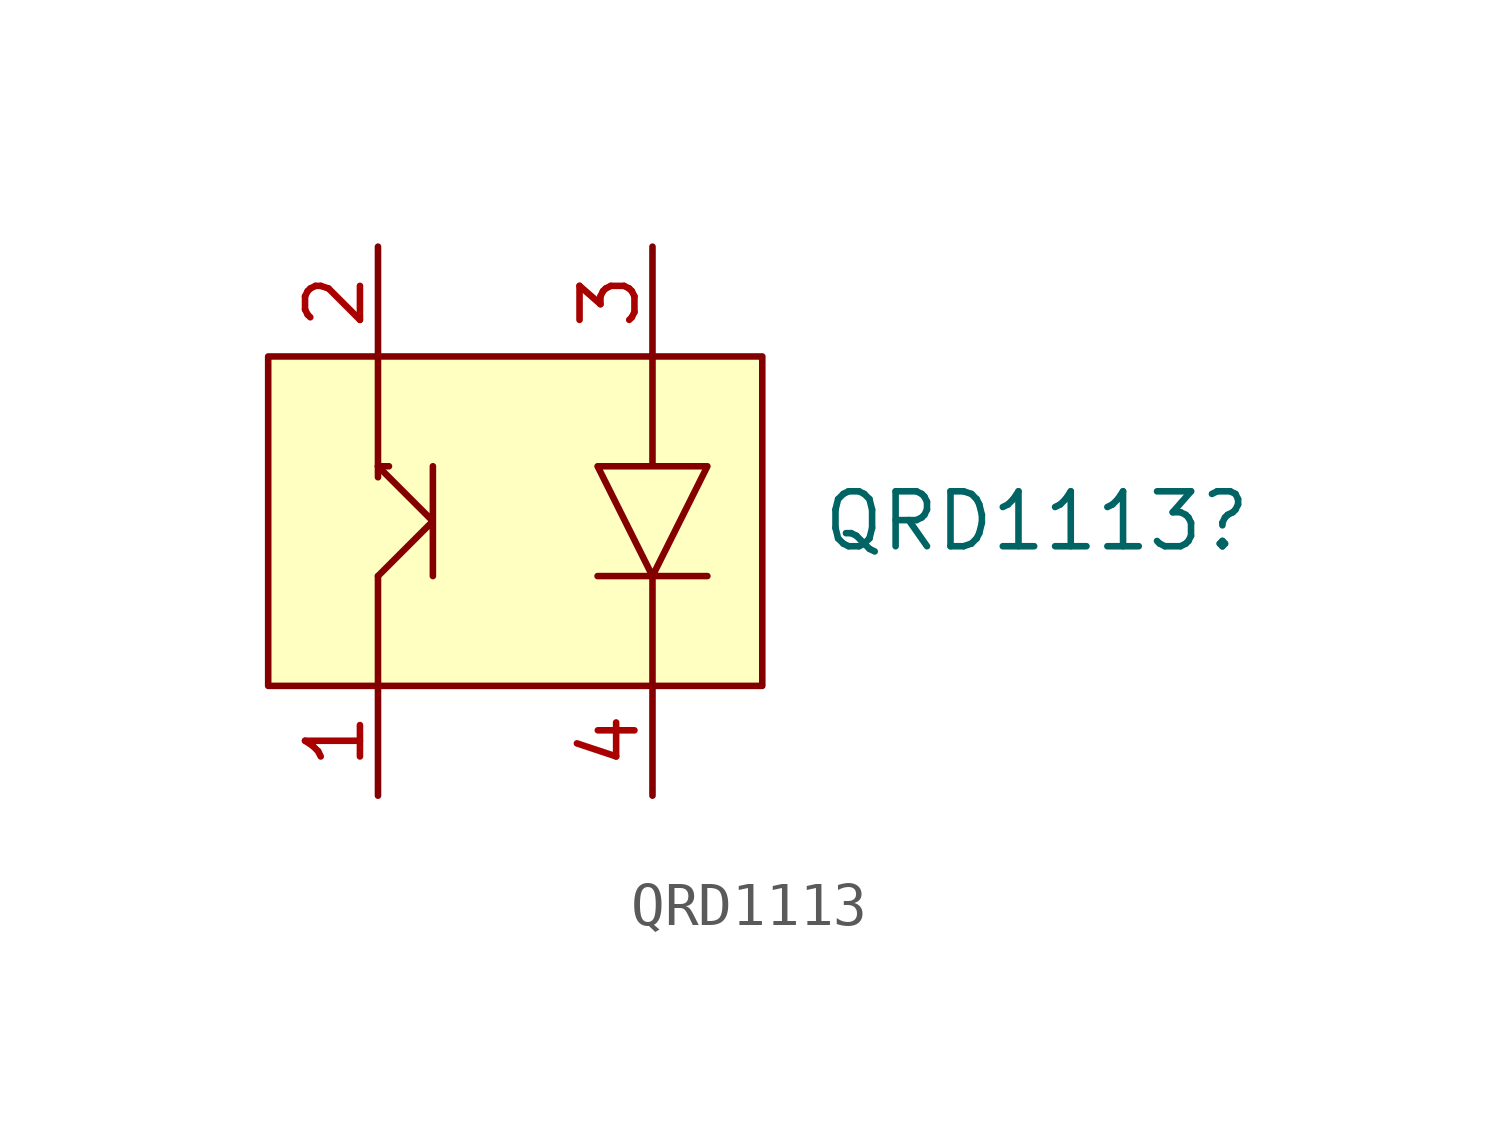
<source format=kicad_sym>
(kicad_symbol_lib
  (version 20231120)
  (generator "kicad_symbol_editor")
  (generator_version "8.0")
  (symbol "QRD1113"
    (property "Reference" "QRD1113"
      (at 0 0 0)
      (effects (font (size 1.27 1.27))))
    (property "Value" ""
      (at 0 0 0)
      (effects (font (size 1.27 1.27))))
    (symbol "QRD1113_0_1"
      (polyline (pts (xy -15.24 -1.27) (xy -15.24 -3.81)) (stroke (width 0) (type default)) (fill (type none)))
      (polyline (pts (xy -15.24 1.27) (xy -15.24 3.81)) (stroke (width 0) (type default)) (fill (type none))))
    (symbol "QRD1113_1_1"
      (rectangle (start -17.78 3.81) (end -6.35 -3.81) (stroke (width 0) (type default)) (fill (type background)))
      (polyline (pts (xy -15.24 1.27) (xy -15.24 1.016) (xy -15.24 1.27) (xy -14.986 1.27)) (stroke (width 0) (type default)) (fill (type none)))
      (polyline (pts (xy -13.97 1.27) (xy -13.97 -1.27) (xy -13.97 0) (xy -15.24 -1.27) (xy -13.97 0) (xy -15.24 1.27)) (stroke (width 0) (type default)) (fill (type none)))
      (polyline (pts (xy -8.89 3.81) (xy -8.89 1.27) (xy -7.62 1.27) (xy -8.89 -1.27) (xy -10.16 1.27) (xy -8.89 1.27) (xy -7.62 1.27) (xy -8.89 -1.27) (xy -10.16 -1.27) (xy -7.62 -1.27) (xy -8.89 -1.27) (xy -8.89 -3.81)) (stroke (width 0) (type default)) (fill (type none)))
      (pin bidirectional line (at -15.24 -6.35 90) (length 2.54) (name "" (effects (font (size 1.27 1.27)))) (number "1" (effects (font (size 1.27 1.27)))))
      (pin bidirectional line (at -15.24 6.35 270) (length 2.54) (name "" (effects (font (size 1.27 1.27)))) (number "2" (effects (font (size 1.27 1.27)))))
      (pin bidirectional line (at -8.89 6.35 270) (length 2.54) (name "" (effects (font (size 1.27 1.27)))) (number "3" (effects (font (size 1.27 1.27)))))
      (pin bidirectional line (at -8.89 -6.35 90) (length 2.54) (name "" (effects (font (size 1.27 1.27)))) (number "4" (effects (font (size 1.27 1.27))))))))
</source>
